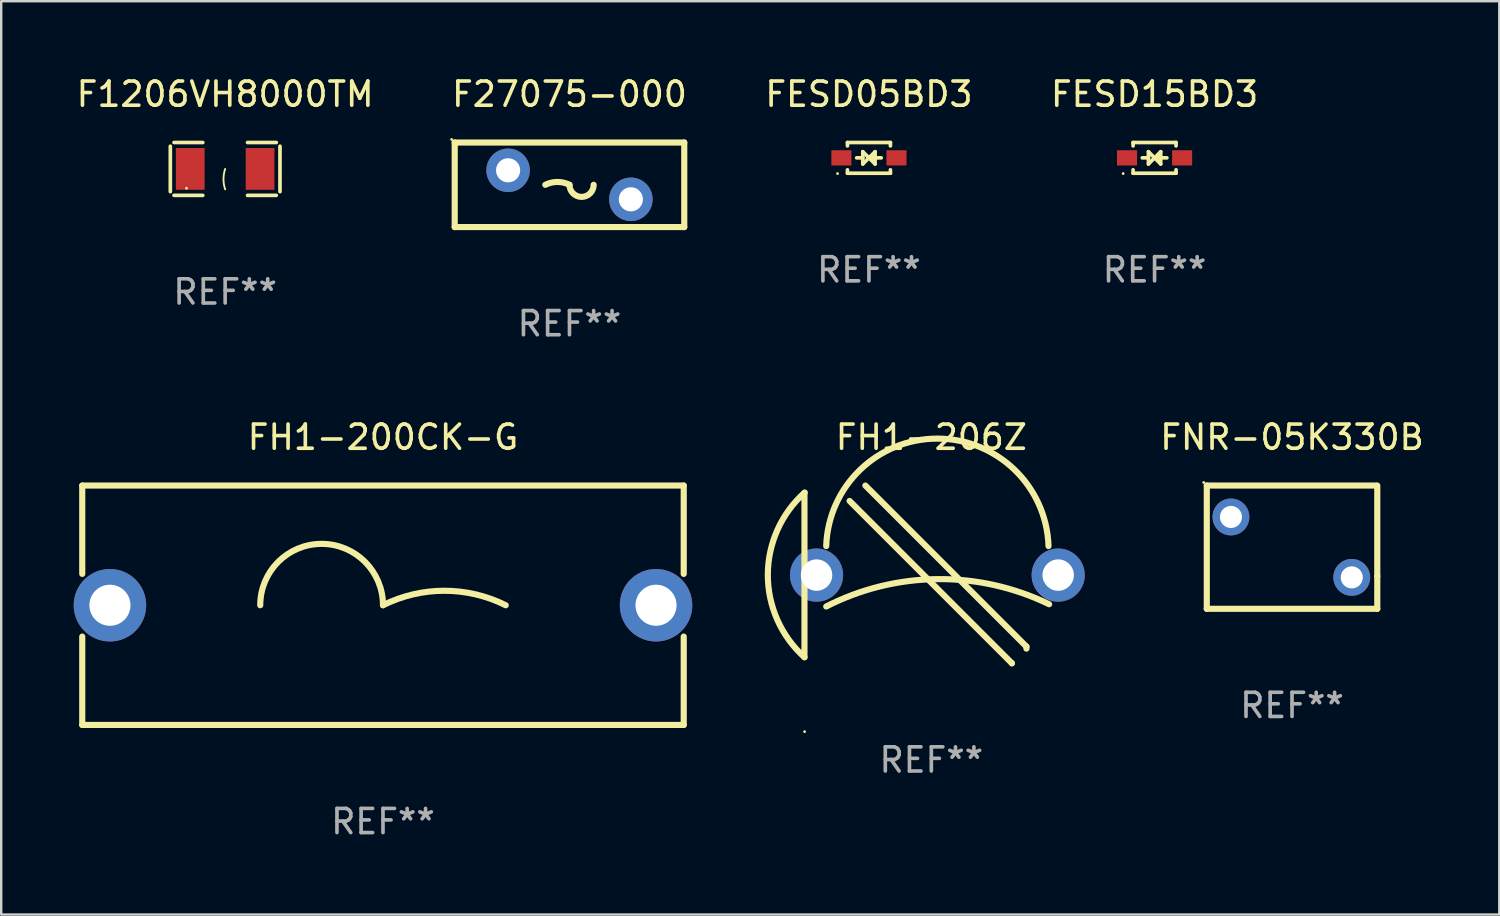
<source format=kicad_pcb>
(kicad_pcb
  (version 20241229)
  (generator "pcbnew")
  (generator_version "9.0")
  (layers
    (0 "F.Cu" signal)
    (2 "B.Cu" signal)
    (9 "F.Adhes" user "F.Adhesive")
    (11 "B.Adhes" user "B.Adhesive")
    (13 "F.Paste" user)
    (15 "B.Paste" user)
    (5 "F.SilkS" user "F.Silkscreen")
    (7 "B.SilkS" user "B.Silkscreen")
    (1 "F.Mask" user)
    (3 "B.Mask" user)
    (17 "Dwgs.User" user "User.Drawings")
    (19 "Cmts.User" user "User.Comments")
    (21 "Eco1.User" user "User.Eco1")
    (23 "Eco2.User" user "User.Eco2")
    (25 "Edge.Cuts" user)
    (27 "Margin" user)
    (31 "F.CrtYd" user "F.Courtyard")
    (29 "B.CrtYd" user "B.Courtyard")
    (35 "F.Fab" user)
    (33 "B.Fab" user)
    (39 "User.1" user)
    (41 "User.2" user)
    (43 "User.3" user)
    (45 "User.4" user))
  (footprint "FNR-05K330B"
    (layer "F.Cu")
    (at 50.421 19.595)
    (property "Reference" "FNR-05K330B" (at 0 -4.55 0) (layer "F.SilkS") (effects (font (size 1 1) (thickness 0.15))))
    (attr through_hole)
    (fp_line (start -3.528 2.55) (end 3.528 2.55) (stroke (width 0.254) (type solid)) (layer "F.SilkS"))
    (fp_line (start -3.528 -2.55) (end -3.528 2.55) (stroke (width 0.254) (type solid)) (layer "F.SilkS"))
    (fp_line (start -3.528 -2.55) (end 3.472 -2.55) (stroke (width 0.254) (type solid)) (layer "F.SilkS"))
    (fp_line (start 3.528 1.207) (end 3.528 -2.55) (stroke (width 0.254) (type solid)) (layer "F.SilkS"))
    (fp_line (start 3.528 2.55) (end 3.528 1.207) (stroke (width 0.254) (type solid)) (layer "F.SilkS"))
    (fp_circle (center -3.655 -2.677) (end -3.625 -2.677) (stroke (width 0.06) (type solid)) (fill no) (layer "F.SilkS"))
    (fp_text user "REF**" (at 0 6.55 0) (layer "F.Fab") (effects (font (size 1 1) (thickness 0.15))))
    (pad "1" thru_hole circle (at -2.528 -1.25) (size 1.524 1.524) (drill 0.914) (layers "*.Cu" "*.Mask"))
    (pad "2" thru_hole circle (at 2.472 1.25) (size 1.524 1.524) (drill 0.914) (layers "*.Cu" "*.Mask")))
  (footprint "FH1-200CK-G"
    (layer "F.Cu")
    (at 12.8 21.998)
    (property "Reference" "FH1-200CK-G" (at 0 -6.953 0) (layer "F.SilkS") (effects (font (size 1 1) (thickness 0.15))))
    (attr through_hole)
    (fp_line (start -12.446 -4.953) (end 12.446 -4.953) (stroke (width 0.254) (type solid)) (layer "F.SilkS"))
    (fp_line (start -12.446 -1.297) (end -12.446 -4.953) (stroke (width 0.254) (type solid)) (layer "F.SilkS"))
    (fp_line (start -12.446 4.953) (end -12.446 1.297) (stroke (width 0.254) (type solid)) (layer "F.SilkS"))
    (fp_line (start 12.446 -4.953) (end 12.446 -1.297) (stroke (width 0.254) (type solid)) (layer "F.SilkS"))
    (fp_line (start 12.446 1.297) (end 12.446 4.953) (stroke (width 0.254) (type solid)) (layer "F.SilkS"))
    (fp_line (start 12.446 4.953) (end -12.446 4.953) (stroke (width 0.254) (type solid)) (layer "F.SilkS"))
    (fp_arc (start -5.08001 0) (mid -2.540005 -2.540005) (end 0 0) (stroke (width 0.254001) (type solid)) (layer "F.SilkS"))
    (fp_arc (start 0 0) (mid 2.540005 -0.599614) (end 5.08001 0) (stroke (width 0.254001) (type solid)) (layer "F.SilkS"))
    (fp_circle (center -12.4 4.9) (end -12.37 4.9) (stroke (width 0.06) (type solid)) (fill no) (layer "F.SilkS"))
    (fp_text user "REF**" (at 0 8.953 0) (layer "F.Fab") (effects (font (size 1 1) (thickness 0.15))))
    (pad "1" thru_hole circle (at -11.3 0) (size 3 3) (drill 1.7) (layers "*.Cu" "*.Mask"))
    (pad "2" thru_hole circle (at 11.3 0) (size 3 3) (drill 1.7) (layers "*.Cu" "*.Mask")))
  (footprint "F27075-000"
    (layer "F.Cu")
    (at 20.518 4.598)
    (property "Reference" "F27075-000" (at 0 -3.75 0) (layer "F.SilkS") (effects (font (size 1 1) (thickness 0.15))))
    (attr through_hole)
    (fp_line (start -4.75 -1.75) (end -4.75 1.75) (stroke (width 0.254) (type solid)) (layer "F.SilkS"))
    (fp_line (start -4.75 -1.75) (end 4.75 -1.75) (stroke (width 0.254) (type solid)) (layer "F.SilkS"))
    (fp_line (start 4.75 -1.75) (end 4.75 1.75) (stroke (width 0.254) (type solid)) (layer "F.SilkS"))
    (fp_line (start 4.75 1.75) (end -4.75 1.75) (stroke (width 0.254) (type solid)) (layer "F.SilkS"))
    (fp_arc (start -1 -0.000013) (mid -0.5 -0.118034) (end 0 -0.000013) (stroke (width 0.254001) (type solid)) (layer "F.SilkS"))
    (fp_arc (start 1.000762 -0.000013) (mid 0.500381 0.500114) (end 0 -0.000013) (stroke (width 0.254001) (type solid)) (layer "F.SilkS"))
    (fp_circle (center -4.877 -1.877) (end -4.847 -1.877) (stroke (width 0.06) (type solid)) (fill no) (layer "F.SilkS"))
    (fp_text user "REF**" (at 0 5.75 0) (layer "F.Fab") (effects (font (size 1 1) (thickness 0.15))))
    (pad "1" thru_hole circle (at -2.54 -0.6) (size 1.8 1.8) (drill 1) (layers "*.Cu" "*.Mask"))
    (pad "2" thru_hole circle (at 2.54 0.6) (size 1.8 1.8) (drill 1) (layers "*.Cu" "*.Mask")))
  (footprint "F1206VH8000TM"
    (layer "F.Cu")
    (at 6.268 3.941)
    (property "Reference" "F1206VH8000TM" (at 0 -3.093 0) (layer "F.SilkS") (effects (font (size 1 1) (thickness 0.15))))
    (attr through_hole)
    (fp_line (start -2.269 -0.94) (end -2.269 0.94) (stroke (width 0.152) (type solid)) (layer "F.SilkS"))
    (fp_line (start -2.116 1.093) (end -0.926 1.093) (stroke (width 0.152) (type solid)) (layer "F.SilkS"))
    (fp_line (start -0.926 -1.093) (end -2.116 -1.093) (stroke (width 0.152) (type solid)) (layer "F.SilkS"))
    (fp_line (start 0.926 -1.093) (end 2.116 -1.093) (stroke (width 0.152) (type solid)) (layer "F.SilkS"))
    (fp_line (start 2.116 1.093) (end 0.926 1.093) (stroke (width 0.152) (type solid)) (layer "F.SilkS"))
    (fp_line (start 2.269 -0.94) (end 2.269 0.94) (stroke (width 0.152) (type solid)) (layer "F.SilkS"))
    (fp_arc (start 0 0.844951) (mid -0.068559 0.422475) (end 0 0) (stroke (width 0.0762) (type solid)) (layer "F.SilkS"))
    (fp_circle (center -1.6 0.8) (end -1.57 0.8) (stroke (width 0.06) (type solid)) (fill no) (layer "F.SilkS"))
    (fp_text user "REF**" (at 0 5.093 0) (layer "F.Fab") (effects (font (size 1 1) (thickness 0.15))))
    (pad "1" smd rect (at -1.445 0) (size 1.19 1.728) (layers "F.Cu" "F.Mask" "F.Paste"))
    (pad "2" smd rect (at 1.445 0) (size 1.19 1.728) (layers "F.Cu" "F.Mask" "F.Paste")))
  (footprint "FESD05BD3"
    (layer "F.Cu")
    (at 32.911 3.483)
    (property "Reference" "FESD05BD3" (at 0 -2.635 0) (layer "F.SilkS") (effects (font (size 1 1) (thickness 0.15))))
    (attr through_hole)
    (fp_line (start -0.889 -0.635) (end 0.889 -0.635) (stroke (width 0.152) (type solid)) (layer "F.SilkS"))
    (fp_line (start -0.889 -0.495) (end -0.889 -0.635) (stroke (width 0.152) (type solid)) (layer "F.SilkS"))
    (fp_line (start -0.889 0.635) (end -0.889 0.495) (stroke (width 0.152) (type solid)) (layer "F.SilkS"))
    (fp_line (start -0.889 0.635) (end 0.889 0.635) (stroke (width 0.152) (type solid)) (layer "F.SilkS"))
    (fp_line (start -0.508 -0.000051) (end -0.254 -0.000051) (stroke (width 0.152) (type solid)) (layer "F.SilkS"))
    (fp_line (start -0.254 -0.254) (end 0 -0.000051) (stroke (width 0.152) (type solid)) (layer "F.SilkS"))
    (fp_line (start -0.254 0.254) (end -0.254 -0.254) (stroke (width 0.152) (type solid)) (layer "F.SilkS"))
    (fp_line (start 0 -0.000051) (end -0.254 0.254) (stroke (width 0.152) (type solid)) (layer "F.SilkS"))
    (fp_line (start 0 -0.000051) (end 0.254 -0.254) (stroke (width 0.152) (type solid)) (layer "F.SilkS"))
    (fp_line (start 0.254 -0.254) (end 0.254 0.254) (stroke (width 0.152) (type solid)) (layer "F.SilkS"))
    (fp_line (start 0.254 0.254) (end 0 -0.000051) (stroke (width 0.152) (type solid)) (layer "F.SilkS"))
    (fp_line (start 0.508 -0.000051) (end 0.127 -0.000051) (stroke (width 0.152) (type solid)) (layer "F.SilkS"))
    (fp_line (start 0.889 -0.635) (end 0.889 -0.495) (stroke (width 0.152) (type solid)) (layer "F.SilkS"))
    (fp_line (start 0.889 0.495) (end 0.889 0.635) (stroke (width 0.152) (type solid)) (layer "F.SilkS"))
    (fp_circle (center -1.3 0.65) (end -1.27 0.65) (stroke (width 0.06) (type solid)) (fill no) (layer "F.SilkS"))
    (fp_text user "REF**" (at 0 4.635 0) (layer "F.Fab") (effects (font (size 1 1) (thickness 0.15))))
    (pad "1" smd rect (at -1.14 0.000152 90) (size 0.63 0.83) (layers "F.Cu" "F.Mask" "F.Paste"))
    (pad "2" smd rect (at 1.14 -0.000102 90) (size 0.63 0.83) (layers "F.Cu" "F.Mask" "F.Paste")))
  (footprint "FESD15BD3"
    (layer "F.Cu")
    (at 44.732 3.483)
    (property "Reference" "FESD15BD3" (at 0 -2.635 0) (layer "F.SilkS") (effects (font (size 1 1) (thickness 0.15))))
    (attr through_hole)
    (fp_line (start -0.889 -0.635) (end 0.889 -0.635) (stroke (width 0.152) (type solid)) (layer "F.SilkS"))
    (fp_line (start -0.889 -0.495) (end -0.889 -0.635) (stroke (width 0.152) (type solid)) (layer "F.SilkS"))
    (fp_line (start -0.889 0.635) (end -0.889 0.495) (stroke (width 0.152) (type solid)) (layer "F.SilkS"))
    (fp_line (start -0.889 0.635) (end 0.889 0.635) (stroke (width 0.152) (type solid)) (layer "F.SilkS"))
    (fp_line (start -0.508 -0.000051) (end -0.254 -0.000051) (stroke (width 0.152) (type solid)) (layer "F.SilkS"))
    (fp_line (start -0.254 -0.254) (end 0 -0.000051) (stroke (width 0.152) (type solid)) (layer "F.SilkS"))
    (fp_line (start -0.254 0.254) (end -0.254 -0.254) (stroke (width 0.152) (type solid)) (layer "F.SilkS"))
    (fp_line (start 0 -0.000051) (end -0.254 0.254) (stroke (width 0.152) (type solid)) (layer "F.SilkS"))
    (fp_line (start 0 -0.000051) (end 0.254 -0.254) (stroke (width 0.152) (type solid)) (layer "F.SilkS"))
    (fp_line (start 0.254 -0.254) (end 0.254 0.254) (stroke (width 0.152) (type solid)) (layer "F.SilkS"))
    (fp_line (start 0.254 0.254) (end 0 -0.000051) (stroke (width 0.152) (type solid)) (layer "F.SilkS"))
    (fp_line (start 0.508 -0.000051) (end 0.127 -0.000051) (stroke (width 0.152) (type solid)) (layer "F.SilkS"))
    (fp_line (start 0.889 -0.635) (end 0.889 -0.495) (stroke (width 0.152) (type solid)) (layer "F.SilkS"))
    (fp_line (start 0.889 0.495) (end 0.889 0.635) (stroke (width 0.152) (type solid)) (layer "F.SilkS"))
    (fp_circle (center -1.3 0.65) (end -1.27 0.65) (stroke (width 0.06) (type solid)) (fill no) (layer "F.SilkS"))
    (fp_text user "REF**" (at 0 4.635 0) (layer "F.Fab") (effects (font (size 1 1) (thickness 0.15))))
    (pad "1" smd rect (at -1.14 0.000152 90) (size 0.63 0.83) (layers "F.Cu" "F.Mask" "F.Paste"))
    (pad "2" smd rect (at 1.14 -0.000102 90) (size 0.63 0.83) (layers "F.Cu" "F.Mask" "F.Paste")))
  (footprint "FH1-206Z"
    (layer "F.Cu")
    (at 35.493 20.724)
    (property "Reference" "FH1-206Z" (at 0 -5.679 0) (layer "F.SilkS") (effects (font (size 1 1) (thickness 0.15))))
    (attr through_hole)
    (fp_line (start -5.25 3.426) (end -5.25 -3.374) (stroke (width 0.254) (type solid)) (layer "F.SilkS"))
    (fp_line (start -3.382 -3.042) (end 3.333 3.673) (stroke (width 0.254) (type solid)) (layer "F.SilkS"))
    (fp_line (start -2.729 -3.679) (end 3.936 2.986) (stroke (width 0.254) (type solid)) (layer "F.SilkS"))
    (fp_line (start 3.333 3.673) (end 3.333 3.679) (stroke (width 0.254) (type solid)) (layer "F.SilkS"))
    (fp_line (start 3.936 2.986) (end 3.936 3.069) (stroke (width 0.254) (type solid)) (layer "F.SilkS"))
    (fp_arc (start -5.249987 3.425565) (mid -6.766107 0.014269) (end -5.23909 -3.392163) (stroke (width 0.254001) (type solid)) (layer "F.SilkS"))
    (fp_arc (start -4.350013 -1.174461) (mid 0.249987 -5.623086) (end 4.849987 -1.17446) (stroke (width 0.254001) (type solid)) (layer "F.SilkS"))
    (fp_arc (start -4.350013 1.32554) (mid 0.251682 0.192805) (end 4.875362 1.232169) (stroke (width 0.254001) (type solid)) (layer "F.SilkS"))
    (fp_circle (center -5.244 6.505) (end -5.214 6.505) (stroke (width 0.06) (type solid)) (fill no) (layer "F.SilkS"))
    (fp_text user "REF**" (at 0 7.679 0) (layer "F.Fab") (effects (font (size 1 1) (thickness 0.15))))
    (pad "1" thru_hole circle (at -4.75 0.026) (size 2.2 2.2) (drill 1.3) (layers "*.Cu" "*.Mask"))
    (pad "2" thru_hole circle (at 5.25 0.026) (size 2.2 2.2) (drill 1.3) (layers "*.Cu" "*.Mask")))
  (gr_rect
    (start -3 -3)
    (end 58.998 34.799)
    (stroke (width 0.1) (type default))
    (fill no)
    (layer "Edge.Cuts")))
</source>
